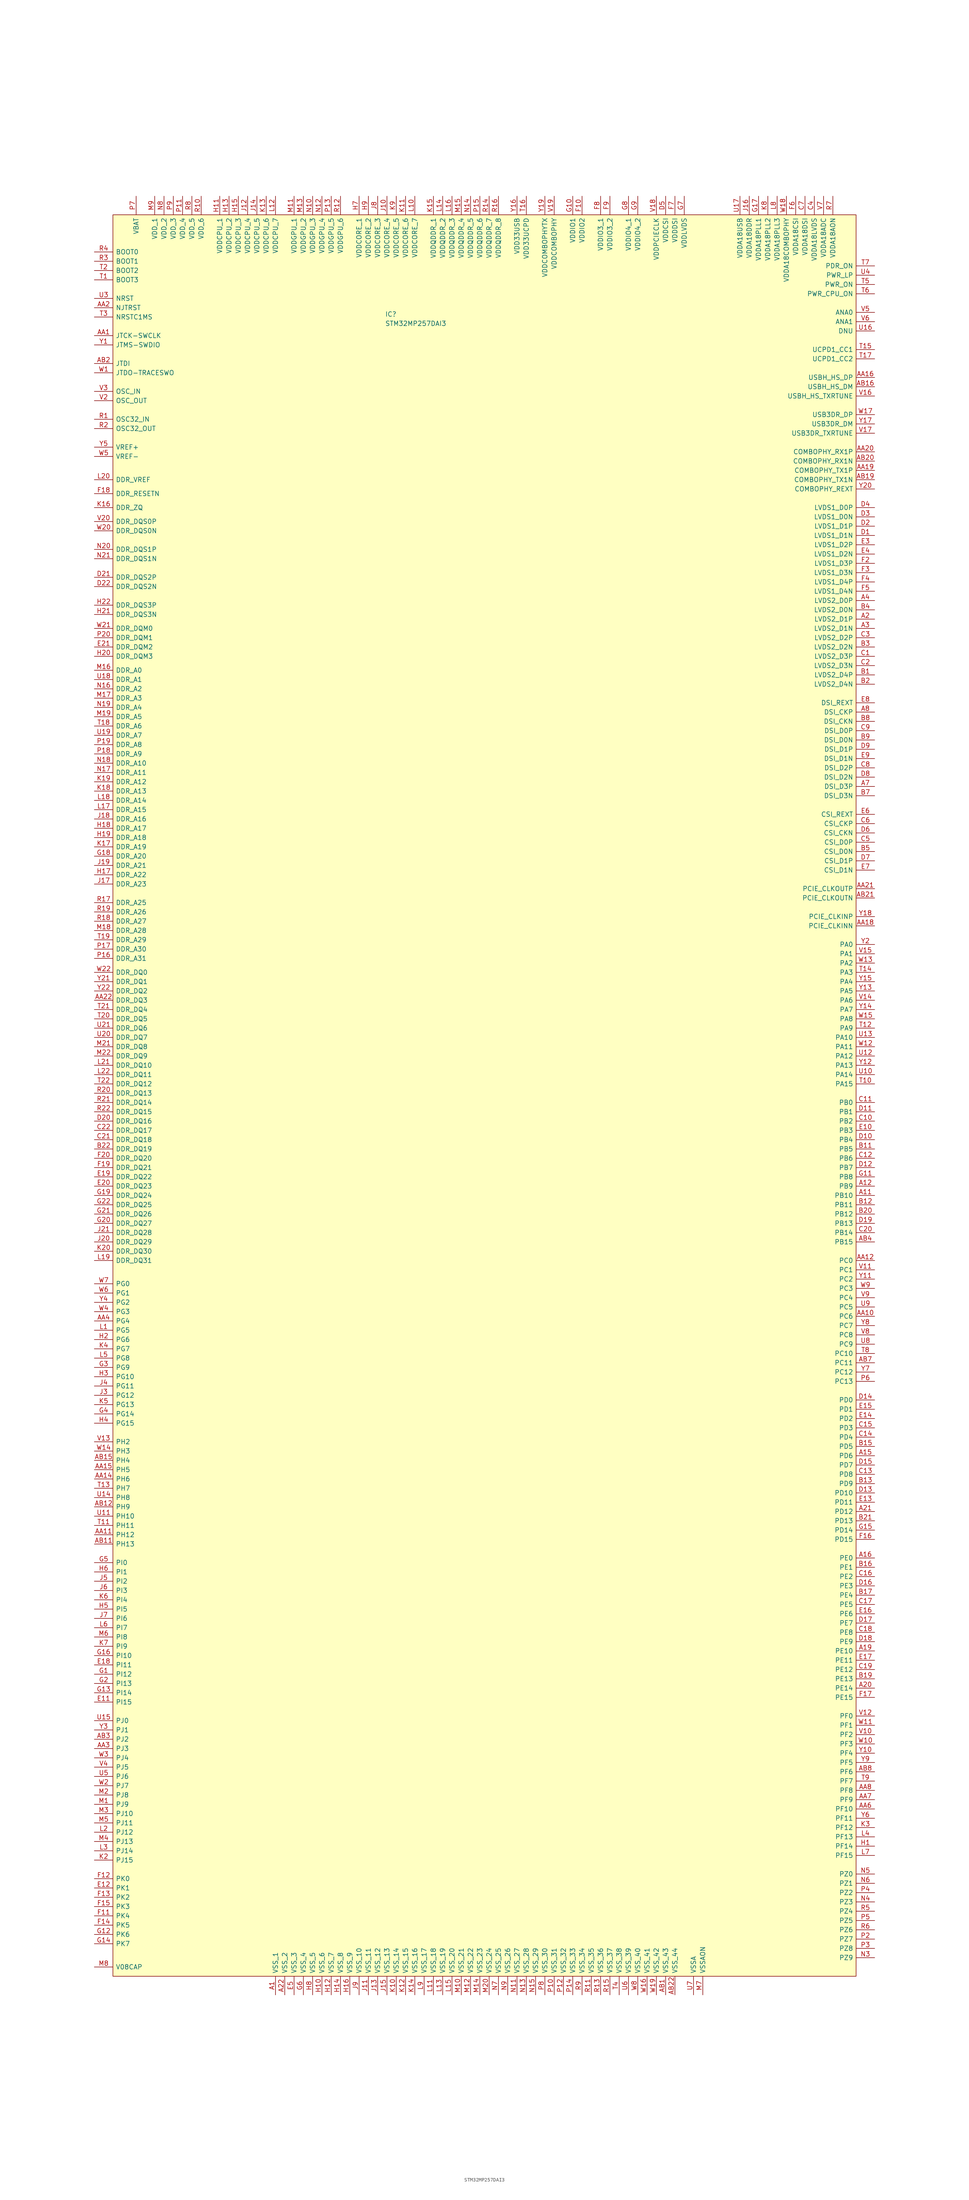
<source format=kicad_sym>
(kicad_symbol_lib
  (version 20231120)
  (generator "kicad_symbol_editor")
  (generator_version "8.0")
  (symbol "STM32MP257DAI3"
    (pin_names
      (offset 0.762))
    (property "Reference" "IC"
      (at -27.178 187.452 0)
      (effects (font (size 1.27 1.27)) (justify left)))
    (property "Value" "STM32MP257DAI3"
      (at -27.178 184.912 0)
      (effects (font (size 1.27 1.27)) (justify left)))
    (symbol "STM32MP257DAI3_0_0"
      (pin passive line (at -57.15 -271.78 90) (length 5.08) (name "VSS_1" (effects (font (size 1.27 1.27)))) (number "A1" (effects (font (size 1.27 1.27)))))
      (pin passive line (at 106.68 -53.34 180) (length 5.08) (name "PB10" (effects (font (size 1.27 1.27)))) (number "A11" (effects (font (size 1.27 1.27)))))
      (pin passive line (at 106.68 -50.8 180) (length 5.08) (name "PB9" (effects (font (size 1.27 1.27)))) (number "A12" (effects (font (size 1.27 1.27)))))
      (pin passive line (at 106.68 -124.46 180) (length 5.08) (name "PD6" (effects (font (size 1.27 1.27)))) (number "A15" (effects (font (size 1.27 1.27)))))
      (pin passive line (at 106.68 -152.4 180) (length 5.08) (name "PE0" (effects (font (size 1.27 1.27)))) (number "A16" (effects (font (size 1.27 1.27)))))
      (pin passive line (at 106.68 -177.8 180) (length 5.08) (name "PE10" (effects (font (size 1.27 1.27)))) (number "A19" (effects (font (size 1.27 1.27)))))
      (pin passive line (at 106.68 104.14 180) (length 5.08) (name "LVDS2_D1P" (effects (font (size 1.27 1.27)))) (number "A2" (effects (font (size 1.27 1.27)))))
      (pin passive line (at 106.68 -187.96 180) (length 5.08) (name "PE14" (effects (font (size 1.27 1.27)))) (number "A20" (effects (font (size 1.27 1.27)))))
      (pin passive line (at 106.68 -139.7 180) (length 5.08) (name "PD12" (effects (font (size 1.27 1.27)))) (number "A21" (effects (font (size 1.27 1.27)))))
      (pin passive line (at -54.61 -271.78 90) (length 5.08) (name "VSS_2" (effects (font (size 1.27 1.27)))) (number "A22" (effects (font (size 1.27 1.27)))))
      (pin passive line (at 106.68 101.6 180) (length 5.08) (name "LVDS2_D1N" (effects (font (size 1.27 1.27)))) (number "A3" (effects (font (size 1.27 1.27)))))
      (pin passive line (at 106.68 109.22 180) (length 5.08) (name "LVDS2_D0P" (effects (font (size 1.27 1.27)))) (number "A4" (effects (font (size 1.27 1.27)))))
      (pin passive line (at 106.68 58.42 180) (length 5.08) (name "DSI_D3P" (effects (font (size 1.27 1.27)))) (number "A7" (effects (font (size 1.27 1.27)))))
      (pin passive line (at 106.68 78.74 180) (length 5.08) (name "DSI_CKP" (effects (font (size 1.27 1.27)))) (number "A8" (effects (font (size 1.27 1.27)))))
      (pin passive line (at -106.68 181.61 0) (length 5.08) (name "JTCK-SWCLK" (effects (font (size 1.27 1.27)))) (number "AA1" (effects (font (size 1.27 1.27)))))
      (pin passive line (at 106.68 -86.36 180) (length 5.08) (name "PC6" (effects (font (size 1.27 1.27)))) (number "AA10" (effects (font (size 1.27 1.27)))))
      (pin passive line (at -106.68 -146.05 0) (length 5.08) (name "PH12" (effects (font (size 1.27 1.27)))) (number "AA11" (effects (font (size 1.27 1.27)))))
      (pin passive line (at 106.68 -71.12 180) (length 5.08) (name "PC0" (effects (font (size 1.27 1.27)))) (number "AA12" (effects (font (size 1.27 1.27)))))
      (pin passive line (at -106.68 -130.81 0) (length 5.08) (name "PH6" (effects (font (size 1.27 1.27)))) (number "AA14" (effects (font (size 1.27 1.27)))))
      (pin passive line (at -106.68 -128.27 0) (length 5.08) (name "PH5" (effects (font (size 1.27 1.27)))) (number "AA15" (effects (font (size 1.27 1.27)))))
      (pin passive line (at 106.68 170.18 180) (length 5.08) (name "USBH_HS_DP" (effects (font (size 1.27 1.27)))) (number "AA16" (effects (font (size 1.27 1.27)))))
      (pin passive line (at 106.68 20.32 180) (length 5.08) (name "PCIE_CLKINN" (effects (font (size 1.27 1.27)))) (number "AA18" (effects (font (size 1.27 1.27)))))
      (pin passive line (at 106.68 144.78 180) (length 5.08) (name "COMBOPHY_TX1P" (effects (font (size 1.27 1.27)))) (number "AA19" (effects (font (size 1.27 1.27)))))
      (pin passive line (at -106.68 189.23 0) (length 5.08) (name "NJTRST" (effects (font (size 1.27 1.27)))) (number "AA2" (effects (font (size 1.27 1.27)))))
      (pin passive line (at 106.68 149.86 180) (length 5.08) (name "COMBOPHY_RX1P" (effects (font (size 1.27 1.27)))) (number "AA20" (effects (font (size 1.27 1.27)))))
      (pin passive line (at 106.68 30.48 180) (length 5.08) (name "PCIE_CLKOUTP" (effects (font (size 1.27 1.27)))) (number "AA21" (effects (font (size 1.27 1.27)))))
      (pin passive line (at -106.68 0 0) (length 5.08) (name "DDR_DQ3" (effects (font (size 1.27 1.27)))) (number "AA22" (effects (font (size 1.27 1.27)))))
      (pin passive line (at -106.68 -204.47 0) (length 5.08) (name "PJ3" (effects (font (size 1.27 1.27)))) (number "AA3" (effects (font (size 1.27 1.27)))))
      (pin passive line (at -106.68 -87.63 0) (length 5.08) (name "PG4" (effects (font (size 1.27 1.27)))) (number "AA4" (effects (font (size 1.27 1.27)))))
      (pin passive line (at 106.68 -220.98 180) (length 5.08) (name "PF10" (effects (font (size 1.27 1.27)))) (number "AA6" (effects (font (size 1.27 1.27)))))
      (pin passive line (at 106.68 -218.44 180) (length 5.08) (name "PF9" (effects (font (size 1.27 1.27)))) (number "AA7" (effects (font (size 1.27 1.27)))))
      (pin passive line (at 106.68 -215.9 180) (length 5.08) (name "PF8" (effects (font (size 1.27 1.27)))) (number "AA8" (effects (font (size 1.27 1.27)))))
      (pin passive line (at 49.53 -271.78 90) (length 5.08) (name "VSS_43" (effects (font (size 1.27 1.27)))) (number "AB1" (effects (font (size 1.27 1.27)))))
      (pin passive line (at -106.68 -148.59 0) (length 5.08) (name "PH13" (effects (font (size 1.27 1.27)))) (number "AB11" (effects (font (size 1.27 1.27)))))
      (pin passive line (at -106.68 -138.43 0) (length 5.08) (name "PH9" (effects (font (size 1.27 1.27)))) (number "AB12" (effects (font (size 1.27 1.27)))))
      (pin passive line (at -106.68 -125.73 0) (length 5.08) (name "PH4" (effects (font (size 1.27 1.27)))) (number "AB15" (effects (font (size 1.27 1.27)))))
      (pin passive line (at 106.68 167.64 180) (length 5.08) (name "USBH_HS_DM" (effects (font (size 1.27 1.27)))) (number "AB16" (effects (font (size 1.27 1.27)))))
      (pin passive line (at 106.68 142.24 180) (length 5.08) (name "COMBOPHY_TX1N" (effects (font (size 1.27 1.27)))) (number "AB19" (effects (font (size 1.27 1.27)))))
      (pin passive line (at -106.68 173.99 0) (length 5.08) (name "JTDI" (effects (font (size 1.27 1.27)))) (number "AB2" (effects (font (size 1.27 1.27)))))
      (pin passive line (at 106.68 147.32 180) (length 5.08) (name "COMBOPHY_RX1N" (effects (font (size 1.27 1.27)))) (number "AB20" (effects (font (size 1.27 1.27)))))
      (pin passive line (at 106.68 27.94 180) (length 5.08) (name "PCIE_CLKOUTN" (effects (font (size 1.27 1.27)))) (number "AB21" (effects (font (size 1.27 1.27)))))
      (pin passive line (at 52.07 -271.78 90) (length 5.08) (name "VSS_44" (effects (font (size 1.27 1.27)))) (number "AB22" (effects (font (size 1.27 1.27)))))
      (pin passive line (at -106.68 -201.93 0) (length 5.08) (name "PJ2" (effects (font (size 1.27 1.27)))) (number "AB3" (effects (font (size 1.27 1.27)))))
      (pin passive line (at 106.68 -66.04 180) (length 5.08) (name "PB15" (effects (font (size 1.27 1.27)))) (number "AB4" (effects (font (size 1.27 1.27)))))
      (pin passive line (at 106.68 -99.06 180) (length 5.08) (name "PC11" (effects (font (size 1.27 1.27)))) (number "AB7" (effects (font (size 1.27 1.27)))))
      (pin passive line (at 106.68 -210.82 180) (length 5.08) (name "PF6" (effects (font (size 1.27 1.27)))) (number "AB8" (effects (font (size 1.27 1.27)))))
      (pin passive line (at 106.68 88.9 180) (length 5.08) (name "LVDS2_D4P" (effects (font (size 1.27 1.27)))) (number "B1" (effects (font (size 1.27 1.27)))))
      (pin passive line (at 106.68 -40.64 180) (length 5.08) (name "PB5" (effects (font (size 1.27 1.27)))) (number "B11" (effects (font (size 1.27 1.27)))))
      (pin passive line (at 106.68 -55.88 180) (length 5.08) (name "PB11" (effects (font (size 1.27 1.27)))) (number "B12" (effects (font (size 1.27 1.27)))))
      (pin passive line (at 106.68 -132.08 180) (length 5.08) (name "PD9" (effects (font (size 1.27 1.27)))) (number "B13" (effects (font (size 1.27 1.27)))))
      (pin passive line (at 106.68 -121.92 180) (length 5.08) (name "PD5" (effects (font (size 1.27 1.27)))) (number "B15" (effects (font (size 1.27 1.27)))))
      (pin passive line (at 106.68 -154.94 180) (length 5.08) (name "PE1" (effects (font (size 1.27 1.27)))) (number "B16" (effects (font (size 1.27 1.27)))))
      (pin passive line (at 106.68 -162.56 180) (length 5.08) (name "PE4" (effects (font (size 1.27 1.27)))) (number "B17" (effects (font (size 1.27 1.27)))))
      (pin passive line (at 106.68 -185.42 180) (length 5.08) (name "PE13" (effects (font (size 1.27 1.27)))) (number "B19" (effects (font (size 1.27 1.27)))))
      (pin passive line (at 106.68 86.36 180) (length 5.08) (name "LVDS2_D4N" (effects (font (size 1.27 1.27)))) (number "B2" (effects (font (size 1.27 1.27)))))
      (pin passive line (at 106.68 -58.42 180) (length 5.08) (name "PB12" (effects (font (size 1.27 1.27)))) (number "B20" (effects (font (size 1.27 1.27)))))
      (pin passive line (at 106.68 -142.24 180) (length 5.08) (name "PD13" (effects (font (size 1.27 1.27)))) (number "B21" (effects (font (size 1.27 1.27)))))
      (pin passive line (at -106.68 -40.64 0) (length 5.08) (name "DDR_DQ19" (effects (font (size 1.27 1.27)))) (number "B22" (effects (font (size 1.27 1.27)))))
      (pin passive line (at 106.68 96.52 180) (length 5.08) (name "LVDS2_D2N" (effects (font (size 1.27 1.27)))) (number "B3" (effects (font (size 1.27 1.27)))))
      (pin passive line (at 106.68 106.68 180) (length 5.08) (name "LVDS2_D0N" (effects (font (size 1.27 1.27)))) (number "B4" (effects (font (size 1.27 1.27)))))
      (pin passive line (at 106.68 40.64 180) (length 5.08) (name "CSI_D0N" (effects (font (size 1.27 1.27)))) (number "B5" (effects (font (size 1.27 1.27)))))
      (pin passive line (at 106.68 55.88 180) (length 5.08) (name "DSI_D3N" (effects (font (size 1.27 1.27)))) (number "B7" (effects (font (size 1.27 1.27)))))
      (pin passive line (at 106.68 76.2 180) (length 5.08) (name "DSI_CKN" (effects (font (size 1.27 1.27)))) (number "B8" (effects (font (size 1.27 1.27)))))
      (pin passive line (at 106.68 71.12 180) (length 5.08) (name "DSI_D0N" (effects (font (size 1.27 1.27)))) (number "B9" (effects (font (size 1.27 1.27)))))
      (pin passive line (at 106.68 93.98 180) (length 5.08) (name "LVDS2_D3P" (effects (font (size 1.27 1.27)))) (number "C1" (effects (font (size 1.27 1.27)))))
      (pin passive line (at 106.68 -33.02 180) (length 5.08) (name "PB2" (effects (font (size 1.27 1.27)))) (number "C10" (effects (font (size 1.27 1.27)))))
      (pin passive line (at 106.68 -27.94 180) (length 5.08) (name "PB0" (effects (font (size 1.27 1.27)))) (number "C11" (effects (font (size 1.27 1.27)))))
      (pin passive line (at 106.68 -43.18 180) (length 5.08) (name "PB6" (effects (font (size 1.27 1.27)))) (number "C12" (effects (font (size 1.27 1.27)))))
      (pin passive line (at 106.68 -129.54 180) (length 5.08) (name "PD8" (effects (font (size 1.27 1.27)))) (number "C13" (effects (font (size 1.27 1.27)))))
      (pin passive line (at 106.68 -119.38 180) (length 5.08) (name "PD4" (effects (font (size 1.27 1.27)))) (number "C14" (effects (font (size 1.27 1.27)))))
      (pin passive line (at 106.68 -116.84 180) (length 5.08) (name "PD3" (effects (font (size 1.27 1.27)))) (number "C15" (effects (font (size 1.27 1.27)))))
      (pin passive line (at 106.68 -157.48 180) (length 5.08) (name "PE2" (effects (font (size 1.27 1.27)))) (number "C16" (effects (font (size 1.27 1.27)))))
      (pin passive line (at 106.68 -165.1 180) (length 5.08) (name "PE5" (effects (font (size 1.27 1.27)))) (number "C17" (effects (font (size 1.27 1.27)))))
      (pin passive line (at 106.68 -172.72 180) (length 5.08) (name "PE8" (effects (font (size 1.27 1.27)))) (number "C18" (effects (font (size 1.27 1.27)))))
      (pin passive line (at 106.68 -182.88 180) (length 5.08) (name "PE12" (effects (font (size 1.27 1.27)))) (number "C19" (effects (font (size 1.27 1.27)))))
      (pin passive line (at 106.68 91.44 180) (length 5.08) (name "LVDS2_D3N" (effects (font (size 1.27 1.27)))) (number "C2" (effects (font (size 1.27 1.27)))))
      (pin passive line (at 106.68 -63.5 180) (length 5.08) (name "PB14" (effects (font (size 1.27 1.27)))) (number "C20" (effects (font (size 1.27 1.27)))))
      (pin passive line (at -106.68 -38.1 0) (length 5.08) (name "DDR_DQ18" (effects (font (size 1.27 1.27)))) (number "C21" (effects (font (size 1.27 1.27)))))
      (pin passive line (at -106.68 -35.56 0) (length 5.08) (name "DDR_DQ17" (effects (font (size 1.27 1.27)))) (number "C22" (effects (font (size 1.27 1.27)))))
      (pin passive line (at 106.68 99.06 180) (length 5.08) (name "LVDS2_D2P" (effects (font (size 1.27 1.27)))) (number "C3" (effects (font (size 1.27 1.27)))))
      (pin passive line (at 90.17 219.71 270) (length 5.08) (name "VDDA18LVDS" (effects (font (size 1.27 1.27)))) (number "C4" (effects (font (size 1.27 1.27)))))
      (pin passive line (at 106.68 43.18 180) (length 5.08) (name "CSI_D0P" (effects (font (size 1.27 1.27)))) (number "C5" (effects (font (size 1.27 1.27)))))
      (pin passive line (at 106.68 48.26 180) (length 5.08) (name "CSI_CKP" (effects (font (size 1.27 1.27)))) (number "C6" (effects (font (size 1.27 1.27)))))
      (pin passive line (at 87.63 219.71 270) (length 5.08) (name "VDDA18DSI" (effects (font (size 1.27 1.27)))) (number "C7" (effects (font (size 1.27 1.27)))))
      (pin passive line (at 106.68 63.5 180) (length 5.08) (name "DSI_D2P" (effects (font (size 1.27 1.27)))) (number "C8" (effects (font (size 1.27 1.27)))))
      (pin passive line (at 106.68 73.66 180) (length 5.08) (name "DSI_D0P" (effects (font (size 1.27 1.27)))) (number "C9" (effects (font (size 1.27 1.27)))))
      (pin passive line (at 106.68 127 180) (length 5.08) (name "LVDS1_D1N" (effects (font (size 1.27 1.27)))) (number "D1" (effects (font (size 1.27 1.27)))))
      (pin passive line (at 106.68 -38.1 180) (length 5.08) (name "PB4" (effects (font (size 1.27 1.27)))) (number "D10" (effects (font (size 1.27 1.27)))))
      (pin passive line (at 106.68 -30.48 180) (length 5.08) (name "PB1" (effects (font (size 1.27 1.27)))) (number "D11" (effects (font (size 1.27 1.27)))))
      (pin passive line (at 106.68 -45.72 180) (length 5.08) (name "PB7" (effects (font (size 1.27 1.27)))) (number "D12" (effects (font (size 1.27 1.27)))))
      (pin passive line (at 106.68 -134.62 180) (length 5.08) (name "PD10" (effects (font (size 1.27 1.27)))) (number "D13" (effects (font (size 1.27 1.27)))))
      (pin passive line (at 106.68 -109.22 180) (length 5.08) (name "PD0" (effects (font (size 1.27 1.27)))) (number "D14" (effects (font (size 1.27 1.27)))))
      (pin passive line (at 106.68 -127 180) (length 5.08) (name "PD7" (effects (font (size 1.27 1.27)))) (number "D15" (effects (font (size 1.27 1.27)))))
      (pin passive line (at 106.68 -160.02 180) (length 5.08) (name "PE3" (effects (font (size 1.27 1.27)))) (number "D16" (effects (font (size 1.27 1.27)))))
      (pin passive line (at 106.68 -170.18 180) (length 5.08) (name "PE7" (effects (font (size 1.27 1.27)))) (number "D17" (effects (font (size 1.27 1.27)))))
      (pin passive line (at 106.68 -175.26 180) (length 5.08) (name "PE9" (effects (font (size 1.27 1.27)))) (number "D18" (effects (font (size 1.27 1.27)))))
      (pin passive line (at 106.68 -60.96 180) (length 5.08) (name "PB13" (effects (font (size 1.27 1.27)))) (number "D19" (effects (font (size 1.27 1.27)))))
      (pin passive line (at 106.68 129.54 180) (length 5.08) (name "LVDS1_D1P" (effects (font (size 1.27 1.27)))) (number "D2" (effects (font (size 1.27 1.27)))))
      (pin passive line (at -106.68 -33.02 0) (length 5.08) (name "DDR_DQ16" (effects (font (size 1.27 1.27)))) (number "D20" (effects (font (size 1.27 1.27)))))
      (pin passive line (at -106.68 115.57 0) (length 5.08) (name "DDR_DQS2P" (effects (font (size 1.27 1.27)))) (number "D21" (effects (font (size 1.27 1.27)))))
      (pin passive line (at -106.68 113.03 0) (length 5.08) (name "DDR_DQS2N" (effects (font (size 1.27 1.27)))) (number "D22" (effects (font (size 1.27 1.27)))))
      (pin passive line (at 106.68 132.08 180) (length 5.08) (name "LVDS1_D0N" (effects (font (size 1.27 1.27)))) (number "D3" (effects (font (size 1.27 1.27)))))
      (pin passive line (at 106.68 134.62 180) (length 5.08) (name "LVDS1_D0P" (effects (font (size 1.27 1.27)))) (number "D4" (effects (font (size 1.27 1.27)))))
      (pin passive line (at 49.53 219.71 270) (length 5.08) (name "VDDCSI" (effects (font (size 1.27 1.27)))) (number "D5" (effects (font (size 1.27 1.27)))))
      (pin passive line (at 106.68 45.72 180) (length 5.08) (name "CSI_CKN" (effects (font (size 1.27 1.27)))) (number "D6" (effects (font (size 1.27 1.27)))))
      (pin passive line (at 106.68 38.1 180) (length 5.08) (name "CSI_D1P" (effects (font (size 1.27 1.27)))) (number "D7" (effects (font (size 1.27 1.27)))))
      (pin passive line (at 106.68 60.96 180) (length 5.08) (name "DSI_D2N" (effects (font (size 1.27 1.27)))) (number "D8" (effects (font (size 1.27 1.27)))))
      (pin passive line (at 106.68 68.58 180) (length 5.08) (name "DSI_D1P" (effects (font (size 1.27 1.27)))) (number "D9" (effects (font (size 1.27 1.27)))))
      (pin passive line (at 106.68 -35.56 180) (length 5.08) (name "PB3" (effects (font (size 1.27 1.27)))) (number "E10" (effects (font (size 1.27 1.27)))))
      (pin passive line (at -106.68 -191.77 0) (length 5.08) (name "PI15" (effects (font (size 1.27 1.27)))) (number "E11" (effects (font (size 1.27 1.27)))))
      (pin passive line (at -106.68 -242.57 0) (length 5.08) (name "PK1" (effects (font (size 1.27 1.27)))) (number "E12" (effects (font (size 1.27 1.27)))))
      (pin passive line (at 106.68 -137.16 180) (length 5.08) (name "PD11" (effects (font (size 1.27 1.27)))) (number "E13" (effects (font (size 1.27 1.27)))))
      (pin passive line (at 106.68 -114.3 180) (length 5.08) (name "PD2" (effects (font (size 1.27 1.27)))) (number "E14" (effects (font (size 1.27 1.27)))))
      (pin passive line (at 106.68 -111.76 180) (length 5.08) (name "PD1" (effects (font (size 1.27 1.27)))) (number "E15" (effects (font (size 1.27 1.27)))))
      (pin passive line (at 106.68 -167.64 180) (length 5.08) (name "PE6" (effects (font (size 1.27 1.27)))) (number "E16" (effects (font (size 1.27 1.27)))))
      (pin passive line (at 106.68 -180.34 180) (length 5.08) (name "PE11" (effects (font (size 1.27 1.27)))) (number "E17" (effects (font (size 1.27 1.27)))))
      (pin passive line (at -106.68 -181.61 0) (length 5.08) (name "PI11" (effects (font (size 1.27 1.27)))) (number "E18" (effects (font (size 1.27 1.27)))))
      (pin passive line (at -106.68 -48.26 0) (length 5.08) (name "DDR_DQ22" (effects (font (size 1.27 1.27)))) (number "E19" (effects (font (size 1.27 1.27)))))
      (pin passive line (at -106.68 -50.8 0) (length 5.08) (name "DDR_DQ23" (effects (font (size 1.27 1.27)))) (number "E20" (effects (font (size 1.27 1.27)))))
      (pin passive line (at -106.68 96.52 0) (length 5.08) (name "DDR_DQM2" (effects (font (size 1.27 1.27)))) (number "E21" (effects (font (size 1.27 1.27)))))
      (pin passive line (at 106.68 124.46 180) (length 5.08) (name "LVDS1_D2P" (effects (font (size 1.27 1.27)))) (number "E3" (effects (font (size 1.27 1.27)))))
      (pin passive line (at 106.68 121.92 180) (length 5.08) (name "LVDS1_D2N" (effects (font (size 1.27 1.27)))) (number "E4" (effects (font (size 1.27 1.27)))))
      (pin passive line (at -52.07 -271.78 90) (length 5.08) (name "VSS_3" (effects (font (size 1.27 1.27)))) (number "E5" (effects (font (size 1.27 1.27)))))
      (pin passive line (at 106.68 50.8 180) (length 5.08) (name "CSI_REXT" (effects (font (size 1.27 1.27)))) (number "E6" (effects (font (size 1.27 1.27)))))
      (pin passive line (at 106.68 35.56 180) (length 5.08) (name "CSI_D1N" (effects (font (size 1.27 1.27)))) (number "E7" (effects (font (size 1.27 1.27)))))
      (pin passive line (at 106.68 81.28 180) (length 5.08) (name "DSI_REXT" (effects (font (size 1.27 1.27)))) (number "E8" (effects (font (size 1.27 1.27)))))
      (pin passive line (at 106.68 66.04 180) (length 5.08) (name "DSI_D1N" (effects (font (size 1.27 1.27)))) (number "E9" (effects (font (size 1.27 1.27)))))
      (pin passive line (at 26.67 219.71 270) (length 5.08) (name "VDDIO2" (effects (font (size 1.27 1.27)))) (number "F10" (effects (font (size 1.27 1.27)))))
      (pin passive line (at -106.68 -250.19 0) (length 5.08) (name "PK4" (effects (font (size 1.27 1.27)))) (number "F11" (effects (font (size 1.27 1.27)))))
      (pin passive line (at -106.68 -240.03 0) (length 5.08) (name "PK0" (effects (font (size 1.27 1.27)))) (number "F12" (effects (font (size 1.27 1.27)))))
      (pin passive line (at -106.68 -245.11 0) (length 5.08) (name "PK2" (effects (font (size 1.27 1.27)))) (number "F13" (effects (font (size 1.27 1.27)))))
      (pin passive line (at -106.68 -252.73 0) (length 5.08) (name "PK5" (effects (font (size 1.27 1.27)))) (number "F14" (effects (font (size 1.27 1.27)))))
      (pin passive line (at -106.68 -247.65 0) (length 5.08) (name "PK3" (effects (font (size 1.27 1.27)))) (number "F15" (effects (font (size 1.27 1.27)))))
      (pin passive line (at 106.68 -147.32 180) (length 5.08) (name "PD15" (effects (font (size 1.27 1.27)))) (number "F16" (effects (font (size 1.27 1.27)))))
      (pin passive line (at 106.68 -190.5 180) (length 5.08) (name "PE15" (effects (font (size 1.27 1.27)))) (number "F17" (effects (font (size 1.27 1.27)))))
      (pin passive line (at -106.68 138.43 0) (length 5.08) (name "DDR_RESETN" (effects (font (size 1.27 1.27)))) (number "F18" (effects (font (size 1.27 1.27)))))
      (pin passive line (at -106.68 -45.72 0) (length 5.08) (name "DDR_DQ21" (effects (font (size 1.27 1.27)))) (number "F19" (effects (font (size 1.27 1.27)))))
      (pin passive line (at 106.68 119.38 180) (length 5.08) (name "LVDS1_D3P" (effects (font (size 1.27 1.27)))) (number "F2" (effects (font (size 1.27 1.27)))))
      (pin passive line (at -106.68 -43.18 0) (length 5.08) (name "DDR_DQ20" (effects (font (size 1.27 1.27)))) (number "F20" (effects (font (size 1.27 1.27)))))
      (pin passive line (at 106.68 116.84 180) (length 5.08) (name "LVDS1_D3N" (effects (font (size 1.27 1.27)))) (number "F3" (effects (font (size 1.27 1.27)))))
      (pin passive line (at 106.68 114.3 180) (length 5.08) (name "LVDS1_D4P" (effects (font (size 1.27 1.27)))) (number "F4" (effects (font (size 1.27 1.27)))))
      (pin passive line (at 106.68 111.76 180) (length 5.08) (name "LVDS1_D4N" (effects (font (size 1.27 1.27)))) (number "F5" (effects (font (size 1.27 1.27)))))
      (pin passive line (at 85.09 219.71 270) (length 5.08) (name "VDDA18CSI" (effects (font (size 1.27 1.27)))) (number "F6" (effects (font (size 1.27 1.27)))))
      (pin passive line (at 52.07 219.71 270) (length 5.08) (name "VDDDSI" (effects (font (size 1.27 1.27)))) (number "F7" (effects (font (size 1.27 1.27)))))
      (pin passive line (at 31.75 219.71 270) (length 5.08) (name "VDDIO3_1" (effects (font (size 1.27 1.27)))) (number "F8" (effects (font (size 1.27 1.27)))))
      (pin passive line (at 34.29 219.71 270) (length 5.08) (name "VDDIO3_2" (effects (font (size 1.27 1.27)))) (number "F9" (effects (font (size 1.27 1.27)))))
      (pin passive line (at -106.68 -184.15 0) (length 5.08) (name "PI12" (effects (font (size 1.27 1.27)))) (number "G1" (effects (font (size 1.27 1.27)))))
      (pin passive line (at 24.13 219.71 270) (length 5.08) (name "VDDIO1" (effects (font (size 1.27 1.27)))) (number "G10" (effects (font (size 1.27 1.27)))))
      (pin passive line (at 106.68 -48.26 180) (length 5.08) (name "PB8" (effects (font (size 1.27 1.27)))) (number "G11" (effects (font (size 1.27 1.27)))))
      (pin passive line (at -106.68 -255.27 0) (length 5.08) (name "PK6" (effects (font (size 1.27 1.27)))) (number "G12" (effects (font (size 1.27 1.27)))))
      (pin passive line (at -106.68 -189.23 0) (length 5.08) (name "PI14" (effects (font (size 1.27 1.27)))) (number "G13" (effects (font (size 1.27 1.27)))))
      (pin passive line (at -106.68 -257.81 0) (length 5.08) (name "PK7" (effects (font (size 1.27 1.27)))) (number "G14" (effects (font (size 1.27 1.27)))))
      (pin passive line (at 106.68 -144.78 180) (length 5.08) (name "PD14" (effects (font (size 1.27 1.27)))) (number "G15" (effects (font (size 1.27 1.27)))))
      (pin passive line (at -106.68 -179.07 0) (length 5.08) (name "PI10" (effects (font (size 1.27 1.27)))) (number "G16" (effects (font (size 1.27 1.27)))))
      (pin passive line (at 74.93 219.71 270) (length 5.08) (name "VDDA18PLL1" (effects (font (size 1.27 1.27)))) (number "G17" (effects (font (size 1.27 1.27)))))
      (pin passive line (at -106.68 39.37 0) (length 5.08) (name "DDR_A20" (effects (font (size 1.27 1.27)))) (number "G18" (effects (font (size 1.27 1.27)))))
      (pin passive line (at -106.68 -53.34 0) (length 5.08) (name "DDR_DQ24" (effects (font (size 1.27 1.27)))) (number "G19" (effects (font (size 1.27 1.27)))))
      (pin passive line (at -106.68 -186.69 0) (length 5.08) (name "PI13" (effects (font (size 1.27 1.27)))) (number "G2" (effects (font (size 1.27 1.27)))))
      (pin passive line (at -106.68 -60.96 0) (length 5.08) (name "DDR_DQ27" (effects (font (size 1.27 1.27)))) (number "G20" (effects (font (size 1.27 1.27)))))
      (pin passive line (at -106.68 -58.42 0) (length 5.08) (name "DDR_DQ26" (effects (font (size 1.27 1.27)))) (number "G21" (effects (font (size 1.27 1.27)))))
      (pin passive line (at -106.68 -55.88 0) (length 5.08) (name "DDR_DQ25" (effects (font (size 1.27 1.27)))) (number "G22" (effects (font (size 1.27 1.27)))))
      (pin passive line (at -106.68 -100.33 0) (length 5.08) (name "PG9" (effects (font (size 1.27 1.27)))) (number "G3" (effects (font (size 1.27 1.27)))))
      (pin passive line (at -106.68 -113.03 0) (length 5.08) (name "PG14" (effects (font (size 1.27 1.27)))) (number "G4" (effects (font (size 1.27 1.27)))))
      (pin passive line (at -106.68 -153.67 0) (length 5.08) (name "PI0" (effects (font (size 1.27 1.27)))) (number "G5" (effects (font (size 1.27 1.27)))))
      (pin passive line (at -49.53 -271.78 90) (length 5.08) (name "VSS_4" (effects (font (size 1.27 1.27)))) (number "G6" (effects (font (size 1.27 1.27)))))
      (pin passive line (at 54.61 219.71 270) (length 5.08) (name "VDDLVDS" (effects (font (size 1.27 1.27)))) (number "G7" (effects (font (size 1.27 1.27)))))
      (pin passive line (at 39.37 219.71 270) (length 5.08) (name "VDDIO4_1" (effects (font (size 1.27 1.27)))) (number "G8" (effects (font (size 1.27 1.27)))))
      (pin passive line (at 41.91 219.71 270) (length 5.08) (name "VDDIO4_2" (effects (font (size 1.27 1.27)))) (number "G9" (effects (font (size 1.27 1.27)))))
      (pin passive line (at 106.68 -231.14 180) (length 5.08) (name "PF14" (effects (font (size 1.27 1.27)))) (number "H1" (effects (font (size 1.27 1.27)))))
      (pin passive line (at -44.45 -271.78 90) (length 5.08) (name "VSS_6" (effects (font (size 1.27 1.27)))) (number "H10" (effects (font (size 1.27 1.27)))))
      (pin passive line (at -72.39 219.71 270) (length 5.08) (name "VDDCPU_1" (effects (font (size 1.27 1.27)))) (number "H11" (effects (font (size 1.27 1.27)))))
      (pin passive line (at -41.91 -271.78 90) (length 5.08) (name "VSS_7" (effects (font (size 1.27 1.27)))) (number "H12" (effects (font (size 1.27 1.27)))))
      (pin passive line (at -69.85 219.71 270) (length 5.08) (name "VDDCPU_2" (effects (font (size 1.27 1.27)))) (number "H13" (effects (font (size 1.27 1.27)))))
      (pin passive line (at -39.37 -271.78 90) (length 5.08) (name "VSS_8" (effects (font (size 1.27 1.27)))) (number "H14" (effects (font (size 1.27 1.27)))))
      (pin passive line (at -67.31 219.71 270) (length 5.08) (name "VDDCPU_3" (effects (font (size 1.27 1.27)))) (number "H15" (effects (font (size 1.27 1.27)))))
      (pin passive line (at -36.83 -271.78 90) (length 5.08) (name "VSS_9" (effects (font (size 1.27 1.27)))) (number "H16" (effects (font (size 1.27 1.27)))))
      (pin passive line (at -106.68 34.29 0) (length 5.08) (name "DDR_A22" (effects (font (size 1.27 1.27)))) (number "H17" (effects (font (size 1.27 1.27)))))
      (pin passive line (at -106.68 46.99 0) (length 5.08) (name "DDR_A17" (effects (font (size 1.27 1.27)))) (number "H18" (effects (font (size 1.27 1.27)))))
      (pin passive line (at -106.68 44.45 0) (length 5.08) (name "DDR_A18" (effects (font (size 1.27 1.27)))) (number "H19" (effects (font (size 1.27 1.27)))))
      (pin passive line (at -106.68 -92.71 0) (length 5.08) (name "PG6" (effects (font (size 1.27 1.27)))) (number "H2" (effects (font (size 1.27 1.27)))))
      (pin passive line (at -106.68 93.98 0) (length 5.08) (name "DDR_DQM3" (effects (font (size 1.27 1.27)))) (number "H20" (effects (font (size 1.27 1.27)))))
      (pin passive line (at -106.68 105.41 0) (length 5.08) (name "DDR_DQS3N" (effects (font (size 1.27 1.27)))) (number "H21" (effects (font (size 1.27 1.27)))))
      (pin passive line (at -106.68 107.95 0) (length 5.08) (name "DDR_DQS3P" (effects (font (size 1.27 1.27)))) (number "H22" (effects (font (size 1.27 1.27)))))
      (pin passive line (at -106.68 -102.87 0) (length 5.08) (name "PG10" (effects (font (size 1.27 1.27)))) (number "H3" (effects (font (size 1.27 1.27)))))
      (pin passive line (at -106.68 -115.57 0) (length 5.08) (name "PG15" (effects (font (size 1.27 1.27)))) (number "H4" (effects (font (size 1.27 1.27)))))
      (pin passive line (at -106.68 -166.37 0) (length 5.08) (name "PI5" (effects (font (size 1.27 1.27)))) (number "H5" (effects (font (size 1.27 1.27)))))
      (pin passive line (at -106.68 -156.21 0) (length 5.08) (name "PI1" (effects (font (size 1.27 1.27)))) (number "H6" (effects (font (size 1.27 1.27)))))
      (pin passive line (at -34.29 219.71 270) (length 5.08) (name "VDDCORE_1" (effects (font (size 1.27 1.27)))) (number "H7" (effects (font (size 1.27 1.27)))))
      (pin passive line (at -46.99 -271.78 90) (length 5.08) (name "VSS_5" (effects (font (size 1.27 1.27)))) (number "H8" (effects (font (size 1.27 1.27)))))
      (pin passive line (at -31.75 219.71 270) (length 5.08) (name "VDDCORE_2" (effects (font (size 1.27 1.27)))) (number "H9" (effects (font (size 1.27 1.27)))))
      (pin passive line (at -26.67 219.71 270) (length 5.08) (name "VDDCORE_4" (effects (font (size 1.27 1.27)))) (number "J10" (effects (font (size 1.27 1.27)))))
      (pin passive line (at -31.75 -271.78 90) (length 5.08) (name "VSS_11" (effects (font (size 1.27 1.27)))) (number "J11" (effects (font (size 1.27 1.27)))))
      (pin passive line (at -64.77 219.71 270) (length 5.08) (name "VDDCPU_4" (effects (font (size 1.27 1.27)))) (number "J12" (effects (font (size 1.27 1.27)))))
      (pin passive line (at -29.21 -271.78 90) (length 5.08) (name "VSS_12" (effects (font (size 1.27 1.27)))) (number "J13" (effects (font (size 1.27 1.27)))))
      (pin passive line (at -62.23 219.71 270) (length 5.08) (name "VDDCPU_5" (effects (font (size 1.27 1.27)))) (number "J14" (effects (font (size 1.27 1.27)))))
      (pin passive line (at -26.67 -271.78 90) (length 5.08) (name "VSS_13" (effects (font (size 1.27 1.27)))) (number "J15" (effects (font (size 1.27 1.27)))))
      (pin passive line (at 72.39 219.71 270) (length 5.08) (name "VDDA18DDR" (effects (font (size 1.27 1.27)))) (number "J16" (effects (font (size 1.27 1.27)))))
      (pin passive line (at -106.68 31.75 0) (length 5.08) (name "DDR_A23" (effects (font (size 1.27 1.27)))) (number "J17" (effects (font (size 1.27 1.27)))))
      (pin passive line (at -106.68 49.53 0) (length 5.08) (name "DDR_A16" (effects (font (size 1.27 1.27)))) (number "J18" (effects (font (size 1.27 1.27)))))
      (pin passive line (at -106.68 36.83 0) (length 5.08) (name "DDR_A21" (effects (font (size 1.27 1.27)))) (number "J19" (effects (font (size 1.27 1.27)))))
      (pin passive line (at -106.68 -66.04 0) (length 5.08) (name "DDR_DQ29" (effects (font (size 1.27 1.27)))) (number "J20" (effects (font (size 1.27 1.27)))))
      (pin passive line (at -106.68 -63.5 0) (length 5.08) (name "DDR_DQ28" (effects (font (size 1.27 1.27)))) (number "J21" (effects (font (size 1.27 1.27)))))
      (pin passive line (at -106.68 -107.95 0) (length 5.08) (name "PG12" (effects (font (size 1.27 1.27)))) (number "J3" (effects (font (size 1.27 1.27)))))
      (pin passive line (at -106.68 -105.41 0) (length 5.08) (name "PG11" (effects (font (size 1.27 1.27)))) (number "J4" (effects (font (size 1.27 1.27)))))
      (pin passive line (at -106.68 -158.75 0) (length 5.08) (name "PI2" (effects (font (size 1.27 1.27)))) (number "J5" (effects (font (size 1.27 1.27)))))
      (pin passive line (at -106.68 -161.29 0) (length 5.08) (name "PI3" (effects (font (size 1.27 1.27)))) (number "J6" (effects (font (size 1.27 1.27)))))
      (pin passive line (at -106.68 -168.91 0) (length 5.08) (name "PI6" (effects (font (size 1.27 1.27)))) (number "J7" (effects (font (size 1.27 1.27)))))
      (pin passive line (at -29.21 219.71 270) (length 5.08) (name "VDDCORE_3" (effects (font (size 1.27 1.27)))) (number "J8" (effects (font (size 1.27 1.27)))))
      (pin passive line (at -34.29 -271.78 90) (length 5.08) (name "VSS_10" (effects (font (size 1.27 1.27)))) (number "J9" (effects (font (size 1.27 1.27)))))
      (pin passive line (at -24.13 -271.78 90) (length 5.08) (name "VSS_14" (effects (font (size 1.27 1.27)))) (number "K10" (effects (font (size 1.27 1.27)))))
      (pin passive line (at -21.59 219.71 270) (length 5.08) (name "VDDCORE_6" (effects (font (size 1.27 1.27)))) (number "K11" (effects (font (size 1.27 1.27)))))
      (pin passive line (at -21.59 -271.78 90) (length 5.08) (name "VSS_15" (effects (font (size 1.27 1.27)))) (number "K12" (effects (font (size 1.27 1.27)))))
      (pin passive line (at -59.69 219.71 270) (length 5.08) (name "VDDCPU_6" (effects (font (size 1.27 1.27)))) (number "K13" (effects (font (size 1.27 1.27)))))
      (pin passive line (at -19.05 -271.78 90) (length 5.08) (name "VSS_16" (effects (font (size 1.27 1.27)))) (number "K14" (effects (font (size 1.27 1.27)))))
      (pin passive line (at -13.97 219.71 270) (length 5.08) (name "VDDQDDR_1" (effects (font (size 1.27 1.27)))) (number "K15" (effects (font (size 1.27 1.27)))))
      (pin passive line (at -106.68 134.62 0) (length 5.08) (name "DDR_ZQ" (effects (font (size 1.27 1.27)))) (number "K16" (effects (font (size 1.27 1.27)))))
      (pin passive line (at -106.68 41.91 0) (length 5.08) (name "DDR_A19" (effects (font (size 1.27 1.27)))) (number "K17" (effects (font (size 1.27 1.27)))))
      (pin passive line (at -106.68 57.15 0) (length 5.08) (name "DDR_A13" (effects (font (size 1.27 1.27)))) (number "K18" (effects (font (size 1.27 1.27)))))
      (pin passive line (at -106.68 59.69 0) (length 5.08) (name "DDR_A12" (effects (font (size 1.27 1.27)))) (number "K19" (effects (font (size 1.27 1.27)))))
      (pin passive line (at -106.68 -234.95 0) (length 5.08) (name "PJ15" (effects (font (size 1.27 1.27)))) (number "K2" (effects (font (size 1.27 1.27)))))
      (pin passive line (at -106.68 -68.58 0) (length 5.08) (name "DDR_DQ30" (effects (font (size 1.27 1.27)))) (number "K20" (effects (font (size 1.27 1.27)))))
      (pin passive line (at 106.68 -226.06 180) (length 5.08) (name "PF12" (effects (font (size 1.27 1.27)))) (number "K3" (effects (font (size 1.27 1.27)))))
      (pin passive line (at -106.68 -95.25 0) (length 5.08) (name "PG7" (effects (font (size 1.27 1.27)))) (number "K4" (effects (font (size 1.27 1.27)))))
      (pin passive line (at -106.68 -110.49 0) (length 5.08) (name "PG13" (effects (font (size 1.27 1.27)))) (number "K5" (effects (font (size 1.27 1.27)))))
      (pin passive line (at -106.68 -163.83 0) (length 5.08) (name "PI4" (effects (font (size 1.27 1.27)))) (number "K6" (effects (font (size 1.27 1.27)))))
      (pin passive line (at -106.68 -176.53 0) (length 5.08) (name "PI9" (effects (font (size 1.27 1.27)))) (number "K7" (effects (font (size 1.27 1.27)))))
      (pin passive line (at 77.47 219.71 270) (length 5.08) (name "VDDA18PLL2" (effects (font (size 1.27 1.27)))) (number "K8" (effects (font (size 1.27 1.27)))))
      (pin passive line (at -24.13 219.71 270) (length 5.08) (name "VDDCORE_5" (effects (font (size 1.27 1.27)))) (number "K9" (effects (font (size 1.27 1.27)))))
      (pin passive line (at -106.68 -90.17 0) (length 5.08) (name "PG5" (effects (font (size 1.27 1.27)))) (number "L1" (effects (font (size 1.27 1.27)))))
      (pin passive line (at -19.05 219.71 270) (length 5.08) (name "VDDCORE_7" (effects (font (size 1.27 1.27)))) (number "L10" (effects (font (size 1.27 1.27)))))
      (pin passive line (at -13.97 -271.78 90) (length 5.08) (name "VSS_18" (effects (font (size 1.27 1.27)))) (number "L11" (effects (font (size 1.27 1.27)))))
      (pin passive line (at -57.15 219.71 270) (length 5.08) (name "VDDCPU_7" (effects (font (size 1.27 1.27)))) (number "L12" (effects (font (size 1.27 1.27)))))
      (pin passive line (at -11.43 -271.78 90) (length 5.08) (name "VSS_19" (effects (font (size 1.27 1.27)))) (number "L13" (effects (font (size 1.27 1.27)))))
      (pin passive line (at -11.43 219.71 270) (length 5.08) (name "VDDQDDR_2" (effects (font (size 1.27 1.27)))) (number "L14" (effects (font (size 1.27 1.27)))))
      (pin passive line (at -8.89 -271.78 90) (length 5.08) (name "VSS_20" (effects (font (size 1.27 1.27)))) (number "L15" (effects (font (size 1.27 1.27)))))
      (pin passive line (at -8.89 219.71 270) (length 5.08) (name "VDDQDDR_3" (effects (font (size 1.27 1.27)))) (number "L16" (effects (font (size 1.27 1.27)))))
      (pin passive line (at -106.68 52.07 0) (length 5.08) (name "DDR_A15" (effects (font (size 1.27 1.27)))) (number "L17" (effects (font (size 1.27 1.27)))))
      (pin passive line (at -106.68 54.61 0) (length 5.08) (name "DDR_A14" (effects (font (size 1.27 1.27)))) (number "L18" (effects (font (size 1.27 1.27)))))
      (pin passive line (at -106.68 -71.12 0) (length 5.08) (name "DDR_DQ31" (effects (font (size 1.27 1.27)))) (number "L19" (effects (font (size 1.27 1.27)))))
      (pin passive line (at -106.68 -227.33 0) (length 5.08) (name "PJ12" (effects (font (size 1.27 1.27)))) (number "L2" (effects (font (size 1.27 1.27)))))
      (pin passive line (at -106.68 142.24 0) (length 5.08) (name "DDR_VREF" (effects (font (size 1.27 1.27)))) (number "L20" (effects (font (size 1.27 1.27)))))
      (pin passive line (at -106.68 -17.78 0) (length 5.08) (name "DDR_DQ10" (effects (font (size 1.27 1.27)))) (number "L21" (effects (font (size 1.27 1.27)))))
      (pin passive line (at -106.68 -20.32 0) (length 5.08) (name "DDR_DQ11" (effects (font (size 1.27 1.27)))) (number "L22" (effects (font (size 1.27 1.27)))))
      (pin passive line (at -106.68 -232.41 0) (length 5.08) (name "PJ14" (effects (font (size 1.27 1.27)))) (number "L3" (effects (font (size 1.27 1.27)))))
      (pin passive line (at 106.68 -228.6 180) (length 5.08) (name "PF13" (effects (font (size 1.27 1.27)))) (number "L4" (effects (font (size 1.27 1.27)))))
      (pin passive line (at -106.68 -97.79 0) (length 5.08) (name "PG8" (effects (font (size 1.27 1.27)))) (number "L5" (effects (font (size 1.27 1.27)))))
      (pin passive line (at -106.68 -171.45 0) (length 5.08) (name "PI7" (effects (font (size 1.27 1.27)))) (number "L6" (effects (font (size 1.27 1.27)))))
      (pin passive line (at 106.68 -233.68 180) (length 5.08) (name "PF15" (effects (font (size 1.27 1.27)))) (number "L7" (effects (font (size 1.27 1.27)))))
      (pin passive line (at 80.01 219.71 270) (length 5.08) (name "VDDA18PLL3" (effects (font (size 1.27 1.27)))) (number "L8" (effects (font (size 1.27 1.27)))))
      (pin passive line (at -16.51 -271.78 90) (length 5.08) (name "VSS_17" (effects (font (size 1.27 1.27)))) (number "L9" (effects (font (size 1.27 1.27)))))
      (pin passive line (at -106.68 -219.71 0) (length 5.08) (name "PJ9" (effects (font (size 1.27 1.27)))) (number "M1" (effects (font (size 1.27 1.27)))))
      (pin passive line (at -6.35 -271.78 90) (length 5.08) (name "VSS_21" (effects (font (size 1.27 1.27)))) (number "M10" (effects (font (size 1.27 1.27)))))
      (pin passive line (at -52.07 219.71 270) (length 5.08) (name "VDDGPU_1" (effects (font (size 1.27 1.27)))) (number "M11" (effects (font (size 1.27 1.27)))))
      (pin passive line (at -3.81 -271.78 90) (length 5.08) (name "VSS_22" (effects (font (size 1.27 1.27)))) (number "M12" (effects (font (size 1.27 1.27)))))
      (pin passive line (at -49.53 219.71 270) (length 5.08) (name "VDDGPU_2" (effects (font (size 1.27 1.27)))) (number "M13" (effects (font (size 1.27 1.27)))))
      (pin passive line (at -1.27 -271.78 90) (length 5.08) (name "VSS_23" (effects (font (size 1.27 1.27)))) (number "M14" (effects (font (size 1.27 1.27)))))
      (pin passive line (at -6.35 219.71 270) (length 5.08) (name "VDDQDDR_4" (effects (font (size 1.27 1.27)))) (number "M15" (effects (font (size 1.27 1.27)))))
      (pin passive line (at -106.68 90.17 0) (length 5.08) (name "DDR_A0" (effects (font (size 1.27 1.27)))) (number "M16" (effects (font (size 1.27 1.27)))))
      (pin passive line (at -106.68 82.55 0) (length 5.08) (name "DDR_A3" (effects (font (size 1.27 1.27)))) (number "M17" (effects (font (size 1.27 1.27)))))
      (pin passive line (at -106.68 19.05 0) (length 5.08) (name "DDR_A28" (effects (font (size 1.27 1.27)))) (number "M18" (effects (font (size 1.27 1.27)))))
      (pin passive line (at -106.68 77.47 0) (length 5.08) (name "DDR_A5" (effects (font (size 1.27 1.27)))) (number "M19" (effects (font (size 1.27 1.27)))))
      (pin passive line (at -106.68 -217.17 0) (length 5.08) (name "PJ8" (effects (font (size 1.27 1.27)))) (number "M2" (effects (font (size 1.27 1.27)))))
      (pin passive line (at 1.27 -271.78 90) (length 5.08) (name "VSS_24" (effects (font (size 1.27 1.27)))) (number "M20" (effects (font (size 1.27 1.27)))))
      (pin passive line (at -106.68 -12.7 0) (length 5.08) (name "DDR_DQ8" (effects (font (size 1.27 1.27)))) (number "M21" (effects (font (size 1.27 1.27)))))
      (pin passive line (at -106.68 -15.24 0) (length 5.08) (name "DDR_DQ9" (effects (font (size 1.27 1.27)))) (number "M22" (effects (font (size 1.27 1.27)))))
      (pin passive line (at -106.68 -222.25 0) (length 5.08) (name "PJ10" (effects (font (size 1.27 1.27)))) (number "M3" (effects (font (size 1.27 1.27)))))
      (pin passive line (at -106.68 -229.87 0) (length 5.08) (name "PJ13" (effects (font (size 1.27 1.27)))) (number "M4" (effects (font (size 1.27 1.27)))))
      (pin passive line (at -106.68 -224.79 0) (length 5.08) (name "PJ11" (effects (font (size 1.27 1.27)))) (number "M5" (effects (font (size 1.27 1.27)))))
      (pin passive line (at -106.68 -173.99 0) (length 5.08) (name "PI8" (effects (font (size 1.27 1.27)))) (number "M6" (effects (font (size 1.27 1.27)))))
      (pin passive line (at 59.69 -271.78 90) (length 5.08) (name "VSSAON" (effects (font (size 1.27 1.27)))) (number "M7" (effects (font (size 1.27 1.27)))))
      (pin passive line (at -106.68 -264.16 0) (length 5.08) (name "V08CAP" (effects (font (size 1.27 1.27)))) (number "M8" (effects (font (size 1.27 1.27)))))
      (pin passive line (at -90.17 219.71 270) (length 5.08) (name "VDD_1" (effects (font (size 1.27 1.27)))) (number "M9" (effects (font (size 1.27 1.27)))))
      (pin passive line (at -46.99 219.71 270) (length 5.08) (name "VDDGPU_3" (effects (font (size 1.27 1.27)))) (number "N10" (effects (font (size 1.27 1.27)))))
      (pin passive line (at 8.89 -271.78 90) (length 5.08) (name "VSS_27" (effects (font (size 1.27 1.27)))) (number "N11" (effects (font (size 1.27 1.27)))))
      (pin passive line (at -44.45 219.71 270) (length 5.08) (name "VDDGPU_4" (effects (font (size 1.27 1.27)))) (number "N12" (effects (font (size 1.27 1.27)))))
      (pin passive line (at 11.43 -271.78 90) (length 5.08) (name "VSS_28" (effects (font (size 1.27 1.27)))) (number "N13" (effects (font (size 1.27 1.27)))))
      (pin passive line (at -3.81 219.71 270) (length 5.08) (name "VDDQDDR_5" (effects (font (size 1.27 1.27)))) (number "N14" (effects (font (size 1.27 1.27)))))
      (pin passive line (at 13.97 -271.78 90) (length 5.08) (name "VSS_29" (effects (font (size 1.27 1.27)))) (number "N15" (effects (font (size 1.27 1.27)))))
      (pin passive line (at -106.68 85.09 0) (length 5.08) (name "DDR_A2" (effects (font (size 1.27 1.27)))) (number "N16" (effects (font (size 1.27 1.27)))))
      (pin passive line (at -106.68 62.23 0) (length 5.08) (name "DDR_A11" (effects (font (size 1.27 1.27)))) (number "N17" (effects (font (size 1.27 1.27)))))
      (pin passive line (at -106.68 64.77 0) (length 5.08) (name "DDR_A10" (effects (font (size 1.27 1.27)))) (number "N18" (effects (font (size 1.27 1.27)))))
      (pin passive line (at -106.68 80.01 0) (length 5.08) (name "DDR_A4" (effects (font (size 1.27 1.27)))) (number "N19" (effects (font (size 1.27 1.27)))))
      (pin passive line (at -106.68 123.19 0) (length 5.08) (name "DDR_DQS1P" (effects (font (size 1.27 1.27)))) (number "N20" (effects (font (size 1.27 1.27)))))
      (pin passive line (at -106.68 120.65 0) (length 5.08) (name "DDR_DQS1N" (effects (font (size 1.27 1.27)))) (number "N21" (effects (font (size 1.27 1.27)))))
      (pin passive line (at 106.68 -261.62 180) (length 5.08) (name "PZ9" (effects (font (size 1.27 1.27)))) (number "N3" (effects (font (size 1.27 1.27)))))
      (pin passive line (at 106.68 -246.38 180) (length 5.08) (name "PZ3" (effects (font (size 1.27 1.27)))) (number "N4" (effects (font (size 1.27 1.27)))))
      (pin passive line (at 106.68 -238.76 180) (length 5.08) (name "PZ0" (effects (font (size 1.27 1.27)))) (number "N5" (effects (font (size 1.27 1.27)))))
      (pin passive line (at 106.68 -241.3 180) (length 5.08) (name "PZ1" (effects (font (size 1.27 1.27)))) (number "N6" (effects (font (size 1.27 1.27)))))
      (pin passive line (at 3.81 -271.78 90) (length 5.08) (name "VSS_25" (effects (font (size 1.27 1.27)))) (number "N7" (effects (font (size 1.27 1.27)))))
      (pin passive line (at -87.63 219.71 270) (length 5.08) (name "VDD_2" (effects (font (size 1.27 1.27)))) (number "N8" (effects (font (size 1.27 1.27)))))
      (pin passive line (at 6.35 -271.78 90) (length 5.08) (name "VSS_26" (effects (font (size 1.27 1.27)))) (number "N9" (effects (font (size 1.27 1.27)))))
      (pin passive line (at 19.05 -271.78 90) (length 5.08) (name "VSS_31" (effects (font (size 1.27 1.27)))) (number "P10" (effects (font (size 1.27 1.27)))))
      (pin passive line (at -82.55 219.71 270) (length 5.08) (name "VDD_4" (effects (font (size 1.27 1.27)))) (number "P11" (effects (font (size 1.27 1.27)))))
      (pin passive line (at 21.59 -271.78 90) (length 5.08) (name "VSS_32" (effects (font (size 1.27 1.27)))) (number "P12" (effects (font (size 1.27 1.27)))))
      (pin passive line (at -41.91 219.71 270) (length 5.08) (name "VDDGPU_5" (effects (font (size 1.27 1.27)))) (number "P13" (effects (font (size 1.27 1.27)))))
      (pin passive line (at 24.13 -271.78 90) (length 5.08) (name "VSS_33" (effects (font (size 1.27 1.27)))) (number "P14" (effects (font (size 1.27 1.27)))))
      (pin passive line (at -1.27 219.71 270) (length 5.08) (name "VDDQDDR_6" (effects (font (size 1.27 1.27)))) (number "P15" (effects (font (size 1.27 1.27)))))
      (pin passive line (at -106.68 11.43 0) (length 5.08) (name "DDR_A31" (effects (font (size 1.27 1.27)))) (number "P16" (effects (font (size 1.27 1.27)))))
      (pin passive line (at -106.68 13.97 0) (length 5.08) (name "DDR_A30" (effects (font (size 1.27 1.27)))) (number "P17" (effects (font (size 1.27 1.27)))))
      (pin passive line (at -106.68 67.31 0) (length 5.08) (name "DDR_A9" (effects (font (size 1.27 1.27)))) (number "P18" (effects (font (size 1.27 1.27)))))
      (pin passive line (at -106.68 69.85 0) (length 5.08) (name "DDR_A8" (effects (font (size 1.27 1.27)))) (number "P19" (effects (font (size 1.27 1.27)))))
      (pin passive line (at 106.68 -256.54 180) (length 5.08) (name "PZ7" (effects (font (size 1.27 1.27)))) (number "P2" (effects (font (size 1.27 1.27)))))
      (pin passive line (at -106.68 99.06 0) (length 5.08) (name "DDR_DQM1" (effects (font (size 1.27 1.27)))) (number "P20" (effects (font (size 1.27 1.27)))))
      (pin passive line (at 106.68 -259.08 180) (length 5.08) (name "PZ8" (effects (font (size 1.27 1.27)))) (number "P3" (effects (font (size 1.27 1.27)))))
      (pin passive line (at 106.68 -243.84 180) (length 5.08) (name "PZ2" (effects (font (size 1.27 1.27)))) (number "P4" (effects (font (size 1.27 1.27)))))
      (pin passive line (at 106.68 -251.46 180) (length 5.08) (name "PZ5" (effects (font (size 1.27 1.27)))) (number "P5" (effects (font (size 1.27 1.27)))))
      (pin passive line (at 106.68 -104.14 180) (length 5.08) (name "PC13" (effects (font (size 1.27 1.27)))) (number "P6" (effects (font (size 1.27 1.27)))))
      (pin passive line (at -95.25 219.71 270) (length 5.08) (name "VBAT" (effects (font (size 1.27 1.27)))) (number "P7" (effects (font (size 1.27 1.27)))))
      (pin passive line (at 16.51 -271.78 90) (length 5.08) (name "VSS_30" (effects (font (size 1.27 1.27)))) (number "P8" (effects (font (size 1.27 1.27)))))
      (pin passive line (at -85.09 219.71 270) (length 5.08) (name "VDD_3" (effects (font (size 1.27 1.27)))) (number "P9" (effects (font (size 1.27 1.27)))))
      (pin passive line (at -106.68 158.75 0) (length 5.08) (name "OSC32_IN" (effects (font (size 1.27 1.27)))) (number "R1" (effects (font (size 1.27 1.27)))))
      (pin passive line (at -77.47 219.71 270) (length 5.08) (name "VDD_6" (effects (font (size 1.27 1.27)))) (number "R10" (effects (font (size 1.27 1.27)))))
      (pin passive line (at 29.21 -271.78 90) (length 5.08) (name "VSS_35" (effects (font (size 1.27 1.27)))) (number "R11" (effects (font (size 1.27 1.27)))))
      (pin passive line (at -39.37 219.71 270) (length 5.08) (name "VDDGPU_6" (effects (font (size 1.27 1.27)))) (number "R12" (effects (font (size 1.27 1.27)))))
      (pin passive line (at 31.75 -271.78 90) (length 5.08) (name "VSS_36" (effects (font (size 1.27 1.27)))) (number "R13" (effects (font (size 1.27 1.27)))))
      (pin passive line (at 1.27 219.71 270) (length 5.08) (name "VDDQDDR_7" (effects (font (size 1.27 1.27)))) (number "R14" (effects (font (size 1.27 1.27)))))
      (pin passive line (at 34.29 -271.78 90) (length 5.08) (name "VSS_37" (effects (font (size 1.27 1.27)))) (number "R15" (effects (font (size 1.27 1.27)))))
      (pin passive line (at 3.81 219.71 270) (length 5.08) (name "VDDQDDR_8" (effects (font (size 1.27 1.27)))) (number "R16" (effects (font (size 1.27 1.27)))))
      (pin passive line (at -106.68 26.67 0) (length 5.08) (name "DDR_A25" (effects (font (size 1.27 1.27)))) (number "R17" (effects (font (size 1.27 1.27)))))
      (pin passive line (at -106.68 21.59 0) (length 5.08) (name "DDR_A27" (effects (font (size 1.27 1.27)))) (number "R18" (effects (font (size 1.27 1.27)))))
      (pin passive line (at -106.68 24.13 0) (length 5.08) (name "DDR_A26" (effects (font (size 1.27 1.27)))) (number "R19" (effects (font (size 1.27 1.27)))))
      (pin passive line (at -106.68 156.21 0) (length 5.08) (name "OSC32_OUT" (effects (font (size 1.27 1.27)))) (number "R2" (effects (font (size 1.27 1.27)))))
      (pin passive line (at -106.68 -25.4 0) (length 5.08) (name "DDR_DQ13" (effects (font (size 1.27 1.27)))) (number "R20" (effects (font (size 1.27 1.27)))))
      (pin passive line (at -106.68 -27.94 0) (length 5.08) (name "DDR_DQ14" (effects (font (size 1.27 1.27)))) (number "R21" (effects (font (size 1.27 1.27)))))
      (pin passive line (at -106.68 -30.48 0) (length 5.08) (name "DDR_DQ15" (effects (font (size 1.27 1.27)))) (number "R22" (effects (font (size 1.27 1.27)))))
      (pin passive line (at -106.68 201.93 0) (length 5.08) (name "BOOT1" (effects (font (size 1.27 1.27)))) (number "R3" (effects (font (size 1.27 1.27)))))
      (pin passive line (at -106.68 204.47 0) (length 5.08) (name "BOOT0" (effects (font (size 1.27 1.27)))) (number "R4" (effects (font (size 1.27 1.27)))))
      (pin passive line (at 106.68 -248.92 180) (length 5.08) (name "PZ4" (effects (font (size 1.27 1.27)))) (number "R5" (effects (font (size 1.27 1.27)))))
      (pin passive line (at 106.68 -254 180) (length 5.08) (name "PZ6" (effects (font (size 1.27 1.27)))) (number "R6" (effects (font (size 1.27 1.27)))))
      (pin passive line (at 95.25 219.71 270) (length 5.08) (name "VDDA18AON" (effects (font (size 1.27 1.27)))) (number "R7" (effects (font (size 1.27 1.27)))))
      (pin passive line (at -80.01 219.71 270) (length 5.08) (name "VDD_5" (effects (font (size 1.27 1.27)))) (number "R8" (effects (font (size 1.27 1.27)))))
      (pin passive line (at 26.67 -271.78 90) (length 5.08) (name "VSS_34" (effects (font (size 1.27 1.27)))) (number "R9" (effects (font (size 1.27 1.27)))))
      (pin passive line (at -106.68 196.85 0) (length 5.08) (name "BOOT3" (effects (font (size 1.27 1.27)))) (number "T1" (effects (font (size 1.27 1.27)))))
      (pin passive line (at 106.68 -22.86 180) (length 5.08) (name "PA15" (effects (font (size 1.27 1.27)))) (number "T10" (effects (font (size 1.27 1.27)))))
      (pin passive line (at -106.68 -143.51 0) (length 5.08) (name "PH11" (effects (font (size 1.27 1.27)))) (number "T11" (effects (font (size 1.27 1.27)))))
      (pin passive line (at 106.68 -7.62 180) (length 5.08) (name "PA9" (effects (font (size 1.27 1.27)))) (number "T12" (effects (font (size 1.27 1.27)))))
      (pin passive line (at -106.68 -133.35 0) (length 5.08) (name "PH7" (effects (font (size 1.27 1.27)))) (number "T13" (effects (font (size 1.27 1.27)))))
      (pin passive line (at 106.68 7.62 180) (length 5.08) (name "PA3" (effects (font (size 1.27 1.27)))) (number "T14" (effects (font (size 1.27 1.27)))))
      (pin passive line (at 106.68 177.8 180) (length 5.08) (name "UCPD1_CC1" (effects (font (size 1.27 1.27)))) (number "T15" (effects (font (size 1.27 1.27)))))
      (pin passive line (at 11.43 219.71 270) (length 5.08) (name "VDD33UCPD" (effects (font (size 1.27 1.27)))) (number "T16" (effects (font (size 1.27 1.27)))))
      (pin passive line (at 106.68 175.26 180) (length 5.08) (name "UCPD1_CC2" (effects (font (size 1.27 1.27)))) (number "T17" (effects (font (size 1.27 1.27)))))
      (pin passive line (at -106.68 74.93 0) (length 5.08) (name "DDR_A6" (effects (font (size 1.27 1.27)))) (number "T18" (effects (font (size 1.27 1.27)))))
      (pin passive line (at -106.68 16.51 0) (length 5.08) (name "DDR_A29" (effects (font (size 1.27 1.27)))) (number "T19" (effects (font (size 1.27 1.27)))))
      (pin passive line (at -106.68 199.39 0) (length 5.08) (name "BOOT2" (effects (font (size 1.27 1.27)))) (number "T2" (effects (font (size 1.27 1.27)))))
      (pin passive line (at -106.68 -5.08 0) (length 5.08) (name "DDR_DQ5" (effects (font (size 1.27 1.27)))) (number "T20" (effects (font (size 1.27 1.27)))))
      (pin passive line (at -106.68 -2.54 0) (length 5.08) (name "DDR_DQ4" (effects (font (size 1.27 1.27)))) (number "T21" (effects (font (size 1.27 1.27)))))
      (pin passive line (at -106.68 -22.86 0) (length 5.08) (name "DDR_DQ12" (effects (font (size 1.27 1.27)))) (number "T22" (effects (font (size 1.27 1.27)))))
      (pin passive line (at -106.68 186.69 0) (length 5.08) (name "NRSTC1MS" (effects (font (size 1.27 1.27)))) (number "T3" (effects (font (size 1.27 1.27)))))
      (pin passive line (at 36.83 -271.78 90) (length 5.08) (name "VSS_38" (effects (font (size 1.27 1.27)))) (number "T4" (effects (font (size 1.27 1.27)))))
      (pin passive line (at 106.68 195.58 180) (length 5.08) (name "PWR_ON" (effects (font (size 1.27 1.27)))) (number "T5" (effects (font (size 1.27 1.27)))))
      (pin passive line (at 106.68 193.04 180) (length 5.08) (name "PWR_CPU_ON" (effects (font (size 1.27 1.27)))) (number "T6" (effects (font (size 1.27 1.27)))))
      (pin passive line (at 106.68 200.66 180) (length 5.08) (name "PDR_ON" (effects (font (size 1.27 1.27)))) (number "T7" (effects (font (size 1.27 1.27)))))
      (pin passive line (at 106.68 -96.52 180) (length 5.08) (name "PC10" (effects (font (size 1.27 1.27)))) (number "T8" (effects (font (size 1.27 1.27)))))
      (pin passive line (at 106.68 -213.36 180) (length 5.08) (name "PF7" (effects (font (size 1.27 1.27)))) (number "T9" (effects (font (size 1.27 1.27)))))
      (pin passive line (at 106.68 -20.32 180) (length 5.08) (name "PA14" (effects (font (size 1.27 1.27)))) (number "U10" (effects (font (size 1.27 1.27)))))
      (pin passive line (at -106.68 -140.97 0) (length 5.08) (name "PH10" (effects (font (size 1.27 1.27)))) (number "U11" (effects (font (size 1.27 1.27)))))
      (pin passive line (at 106.68 -15.24 180) (length 5.08) (name "PA12" (effects (font (size 1.27 1.27)))) (number "U12" (effects (font (size 1.27 1.27)))))
      (pin passive line (at 106.68 -10.16 180) (length 5.08) (name "PA10" (effects (font (size 1.27 1.27)))) (number "U13" (effects (font (size 1.27 1.27)))))
      (pin passive line (at -106.68 -135.89 0) (length 5.08) (name "PH8" (effects (font (size 1.27 1.27)))) (number "U14" (effects (font (size 1.27 1.27)))))
      (pin passive line (at -106.68 -196.85 0) (length 5.08) (name "PJ0" (effects (font (size 1.27 1.27)))) (number "U15" (effects (font (size 1.27 1.27)))))
      (pin passive line (at 106.68 182.88 180) (length 5.08) (name "DNU" (effects (font (size 1.27 1.27)))) (number "U16" (effects (font (size 1.27 1.27)))))
      (pin passive line (at 69.85 219.71 270) (length 5.08) (name "VDDA18USB" (effects (font (size 1.27 1.27)))) (number "U17" (effects (font (size 1.27 1.27)))))
      (pin passive line (at -106.68 87.63 0) (length 5.08) (name "DDR_A1" (effects (font (size 1.27 1.27)))) (number "U18" (effects (font (size 1.27 1.27)))))
      (pin passive line (at -106.68 72.39 0) (length 5.08) (name "DDR_A7" (effects (font (size 1.27 1.27)))) (number "U19" (effects (font (size 1.27 1.27)))))
      (pin passive line (at -106.68 -10.16 0) (length 5.08) (name "DDR_DQ7" (effects (font (size 1.27 1.27)))) (number "U20" (effects (font (size 1.27 1.27)))))
      (pin passive line (at -106.68 -7.62 0) (length 5.08) (name "DDR_DQ6" (effects (font (size 1.27 1.27)))) (number "U21" (effects (font (size 1.27 1.27)))))
      (pin passive line (at -106.68 191.77 0) (length 5.08) (name "NRST" (effects (font (size 1.27 1.27)))) (number "U3" (effects (font (size 1.27 1.27)))))
      (pin passive line (at 106.68 198.12 180) (length 5.08) (name "PWR_LP" (effects (font (size 1.27 1.27)))) (number "U4" (effects (font (size 1.27 1.27)))))
      (pin passive line (at -106.68 -212.09 0) (length 5.08) (name "PJ6" (effects (font (size 1.27 1.27)))) (number "U5" (effects (font (size 1.27 1.27)))))
      (pin passive line (at 39.37 -271.78 90) (length 5.08) (name "VSS_39" (effects (font (size 1.27 1.27)))) (number "U6" (effects (font (size 1.27 1.27)))))
      (pin passive line (at 57.15 -271.78 90) (length 5.08) (name "VSSA" (effects (font (size 1.27 1.27)))) (number "U7" (effects (font (size 1.27 1.27)))))
      (pin passive line (at 106.68 -93.98 180) (length 5.08) (name "PC9" (effects (font (size 1.27 1.27)))) (number "U8" (effects (font (size 1.27 1.27)))))
      (pin passive line (at 106.68 -83.82 180) (length 5.08) (name "PC5" (effects (font (size 1.27 1.27)))) (number "U9" (effects (font (size 1.27 1.27)))))
      (pin passive line (at 106.68 -200.66 180) (length 5.08) (name "PF2" (effects (font (size 1.27 1.27)))) (number "V10" (effects (font (size 1.27 1.27)))))
      (pin passive line (at 106.68 -73.66 180) (length 5.08) (name "PC1" (effects (font (size 1.27 1.27)))) (number "V11" (effects (font (size 1.27 1.27)))))
      (pin passive line (at 106.68 -195.58 180) (length 5.08) (name "PF0" (effects (font (size 1.27 1.27)))) (number "V12" (effects (font (size 1.27 1.27)))))
      (pin passive line (at -106.68 -120.65 0) (length 5.08) (name "PH2" (effects (font (size 1.27 1.27)))) (number "V13" (effects (font (size 1.27 1.27)))))
      (pin passive line (at 106.68 0 180) (length 5.08) (name "PA6" (effects (font (size 1.27 1.27)))) (number "V14" (effects (font (size 1.27 1.27)))))
      (pin passive line (at 106.68 12.7 180) (length 5.08) (name "PA1" (effects (font (size 1.27 1.27)))) (number "V15" (effects (font (size 1.27 1.27)))))
      (pin passive line (at 106.68 165.1 180) (length 5.08) (name "USBH_HS_TXRTUNE" (effects (font (size 1.27 1.27)))) (number "V16" (effects (font (size 1.27 1.27)))))
      (pin passive line (at 106.68 154.94 180) (length 5.08) (name "USB3DR_TXRTUNE" (effects (font (size 1.27 1.27)))) (number "V17" (effects (font (size 1.27 1.27)))))
      (pin passive line (at 46.99 219.71 270) (length 5.08) (name "VDDPCIECLK" (effects (font (size 1.27 1.27)))) (number "V18" (effects (font (size 1.27 1.27)))))
      (pin passive line (at 19.05 219.71 270) (length 5.08) (name "VDDCOMBOPHY" (effects (font (size 1.27 1.27)))) (number "V19" (effects (font (size 1.27 1.27)))))
      (pin passive line (at -106.68 163.83 0) (length 5.08) (name "OSC_OUT" (effects (font (size 1.27 1.27)))) (number "V2" (effects (font (size 1.27 1.27)))))
      (pin passive line (at -106.68 130.81 0) (length 5.08) (name "DDR_DQS0P" (effects (font (size 1.27 1.27)))) (number "V20" (effects (font (size 1.27 1.27)))))
      (pin passive line (at -106.68 166.37 0) (length 5.08) (name "OSC_IN" (effects (font (size 1.27 1.27)))) (number "V3" (effects (font (size 1.27 1.27)))))
      (pin passive line (at -106.68 -209.55 0) (length 5.08) (name "PJ5" (effects (font (size 1.27 1.27)))) (number "V4" (effects (font (size 1.27 1.27)))))
      (pin passive line (at 106.68 187.96 180) (length 5.08) (name "ANA0" (effects (font (size 1.27 1.27)))) (number "V5" (effects (font (size 1.27 1.27)))))
      (pin passive line (at 106.68 185.42 180) (length 5.08) (name "ANA1" (effects (font (size 1.27 1.27)))) (number "V6" (effects (font (size 1.27 1.27)))))
      (pin passive line (at 92.71 219.71 270) (length 5.08) (name "VDDA18ADC" (effects (font (size 1.27 1.27)))) (number "V7" (effects (font (size 1.27 1.27)))))
      (pin passive line (at 106.68 -91.44 180) (length 5.08) (name "PC8" (effects (font (size 1.27 1.27)))) (number "V8" (effects (font (size 1.27 1.27)))))
      (pin passive line (at 106.68 -81.28 180) (length 5.08) (name "PC4" (effects (font (size 1.27 1.27)))) (number "V9" (effects (font (size 1.27 1.27)))))
      (pin passive line (at -106.68 171.45 0) (length 5.08) (name "JTDO-TRACESWO" (effects (font (size 1.27 1.27)))) (number "W1" (effects (font (size 1.27 1.27)))))
      (pin passive line (at 106.68 -203.2 180) (length 5.08) (name "PF3" (effects (font (size 1.27 1.27)))) (number "W10" (effects (font (size 1.27 1.27)))))
      (pin passive line (at 106.68 -198.12 180) (length 5.08) (name "PF1" (effects (font (size 1.27 1.27)))) (number "W11" (effects (font (size 1.27 1.27)))))
      (pin passive line (at 106.68 -12.7 180) (length 5.08) (name "PA11" (effects (font (size 1.27 1.27)))) (number "W12" (effects (font (size 1.27 1.27)))))
      (pin passive line (at 106.68 10.16 180) (length 5.08) (name "PA2" (effects (font (size 1.27 1.27)))) (number "W13" (effects (font (size 1.27 1.27)))))
      (pin passive line (at -106.68 -123.19 0) (length 5.08) (name "PH3" (effects (font (size 1.27 1.27)))) (number "W14" (effects (font (size 1.27 1.27)))))
      (pin passive line (at 106.68 -5.08 180) (length 5.08) (name "PA8" (effects (font (size 1.27 1.27)))) (number "W15" (effects (font (size 1.27 1.27)))))
      (pin passive line (at 44.45 -271.78 90) (length 5.08) (name "VSS_41" (effects (font (size 1.27 1.27)))) (number "W16" (effects (font (size 1.27 1.27)))))
      (pin passive line (at 106.68 160.02 180) (length 5.08) (name "USB3DR_DP" (effects (font (size 1.27 1.27)))) (number "W17" (effects (font (size 1.27 1.27)))))
      (pin passive line (at 82.55 219.71 270) (length 5.08) (name "VDDA18COMBOPHY" (effects (font (size 1.27 1.27)))) (number "W18" (effects (font (size 1.27 1.27)))))
      (pin passive line (at 46.99 -271.78 90) (length 5.08) (name "VSS_42" (effects (font (size 1.27 1.27)))) (number "W19" (effects (font (size 1.27 1.27)))))
      (pin passive line (at -106.68 -214.63 0) (length 5.08) (name "PJ7" (effects (font (size 1.27 1.27)))) (number "W2" (effects (font (size 1.27 1.27)))))
      (pin passive line (at -106.68 128.27 0) (length 5.08) (name "DDR_DQS0N" (effects (font (size 1.27 1.27)))) (number "W20" (effects (font (size 1.27 1.27)))))
      (pin passive line (at -106.68 101.6 0) (length 5.08) (name "DDR_DQM0" (effects (font (size 1.27 1.27)))) (number "W21" (effects (font (size 1.27 1.27)))))
      (pin passive line (at -106.68 7.62 0) (length 5.08) (name "DDR_DQ0" (effects (font (size 1.27 1.27)))) (number "W22" (effects (font (size 1.27 1.27)))))
      (pin passive line (at -106.68 -207.01 0) (length 5.08) (name "PJ4" (effects (font (size 1.27 1.27)))) (number "W3" (effects (font (size 1.27 1.27)))))
      (pin passive line (at -106.68 -85.09 0) (length 5.08) (name "PG3" (effects (font (size 1.27 1.27)))) (number "W4" (effects (font (size 1.27 1.27)))))
      (pin passive line (at -106.68 148.59 0) (length 5.08) (name "VREF-" (effects (font (size 1.27 1.27)))) (number "W5" (effects (font (size 1.27 1.27)))))
      (pin passive line (at -106.68 -80.01 0) (length 5.08) (name "PG1" (effects (font (size 1.27 1.27)))) (number "W6" (effects (font (size 1.27 1.27)))))
      (pin passive line (at -106.68 -77.47 0) (length 5.08) (name "PG0" (effects (font (size 1.27 1.27)))) (number "W7" (effects (font (size 1.27 1.27)))))
      (pin passive line (at 41.91 -271.78 90) (length 5.08) (name "VSS_40" (effects (font (size 1.27 1.27)))) (number "W8" (effects (font (size 1.27 1.27)))))
      (pin passive line (at 106.68 -78.74 180) (length 5.08) (name "PC3" (effects (font (size 1.27 1.27)))) (number "W9" (effects (font (size 1.27 1.27)))))
      (pin passive line (at -106.68 179.07 0) (length 5.08) (name "JTMS-SWDIO" (effects (font (size 1.27 1.27)))) (number "Y1" (effects (font (size 1.27 1.27)))))
      (pin passive line (at 106.68 -205.74 180) (length 5.08) (name "PF4" (effects (font (size 1.27 1.27)))) (number "Y10" (effects (font (size 1.27 1.27)))))
      (pin passive line (at 106.68 -76.2 180) (length 5.08) (name "PC2" (effects (font (size 1.27 1.27)))) (number "Y11" (effects (font (size 1.27 1.27)))))
      (pin passive line (at 106.68 -17.78 180) (length 5.08) (name "PA13" (effects (font (size 1.27 1.27)))) (number "Y12" (effects (font (size 1.27 1.27)))))
      (pin passive line (at 106.68 2.54 180) (length 5.08) (name "PA5" (effects (font (size 1.27 1.27)))) (number "Y13" (effects (font (size 1.27 1.27)))))
      (pin passive line (at 106.68 -2.54 180) (length 5.08) (name "PA7" (effects (font (size 1.27 1.27)))) (number "Y14" (effects (font (size 1.27 1.27)))))
      (pin passive line (at 106.68 5.08 180) (length 5.08) (name "PA4" (effects (font (size 1.27 1.27)))) (number "Y15" (effects (font (size 1.27 1.27)))))
      (pin passive line (at 8.89 219.71 270) (length 5.08) (name "VDD33USB" (effects (font (size 1.27 1.27)))) (number "Y16" (effects (font (size 1.27 1.27)))))
      (pin passive line (at 106.68 157.48 180) (length 5.08) (name "USB3DR_DM" (effects (font (size 1.27 1.27)))) (number "Y17" (effects (font (size 1.27 1.27)))))
      (pin passive line (at 106.68 22.86 180) (length 5.08) (name "PCIE_CLKINP" (effects (font (size 1.27 1.27)))) (number "Y18" (effects (font (size 1.27 1.27)))))
      (pin passive line (at 16.51 219.71 270) (length 5.08) (name "VDDCOMBOPHYTX" (effects (font (size 1.27 1.27)))) (number "Y19" (effects (font (size 1.27 1.27)))))
      (pin passive line (at 106.68 15.24 180) (length 5.08) (name "PA0" (effects (font (size 1.27 1.27)))) (number "Y2" (effects (font (size 1.27 1.27)))))
      (pin passive line (at 106.68 139.7 180) (length 5.08) (name "COMBOPHY_REXT" (effects (font (size 1.27 1.27)))) (number "Y20" (effects (font (size 1.27 1.27)))))
      (pin passive line (at -106.68 5.08 0) (length 5.08) (name "DDR_DQ1" (effects (font (size 1.27 1.27)))) (number "Y21" (effects (font (size 1.27 1.27)))))
      (pin passive line (at -106.68 2.54 0) (length 5.08) (name "DDR_DQ2" (effects (font (size 1.27 1.27)))) (number "Y22" (effects (font (size 1.27 1.27)))))
      (pin passive line (at -106.68 -199.39 0) (length 5.08) (name "PJ1" (effects (font (size 1.27 1.27)))) (number "Y3" (effects (font (size 1.27 1.27)))))
      (pin passive line (at -106.68 -82.55 0) (length 5.08) (name "PG2" (effects (font (size 1.27 1.27)))) (number "Y4" (effects (font (size 1.27 1.27)))))
      (pin passive line (at -106.68 151.13 0) (length 5.08) (name "VREF+" (effects (font (size 1.27 1.27)))) (number "Y5" (effects (font (size 1.27 1.27)))))
      (pin passive line (at 106.68 -223.52 180) (length 5.08) (name "PF11" (effects (font (size 1.27 1.27)))) (number "Y6" (effects (font (size 1.27 1.27)))))
      (pin passive line (at 106.68 -101.6 180) (length 5.08) (name "PC12" (effects (font (size 1.27 1.27)))) (number "Y7" (effects (font (size 1.27 1.27)))))
      (pin passive line (at 106.68 -88.9 180) (length 5.08) (name "PC7" (effects (font (size 1.27 1.27)))) (number "Y8" (effects (font (size 1.27 1.27)))))
      (pin passive line (at 106.68 -208.28 180) (length 5.08) (name "PF5" (effects (font (size 1.27 1.27)))) (number "Y9" (effects (font (size 1.27 1.27))))))
    (symbol "STM32MP257DAI3_1_1"
      (rectangle (start -101.6 214.63) (end 101.6 -266.7) (stroke (width 0) (type default)) (fill (type background))))))
</source>
